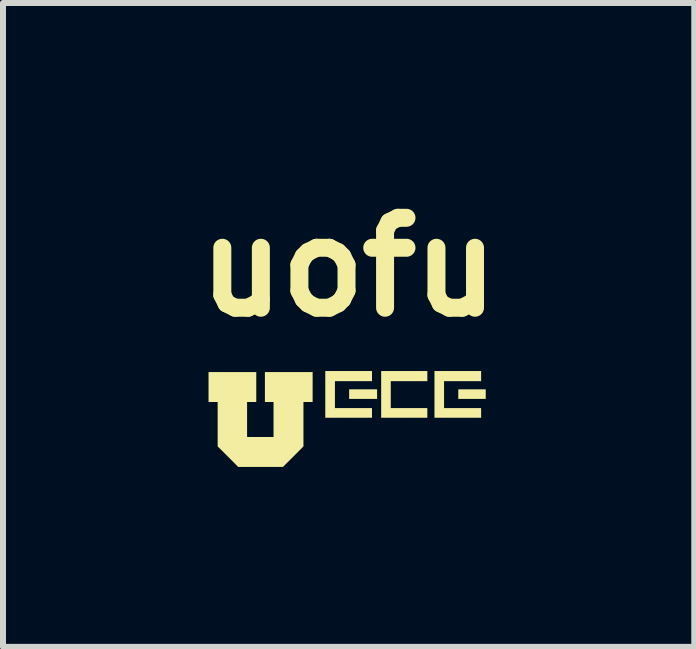
<source format=kicad_pcb>
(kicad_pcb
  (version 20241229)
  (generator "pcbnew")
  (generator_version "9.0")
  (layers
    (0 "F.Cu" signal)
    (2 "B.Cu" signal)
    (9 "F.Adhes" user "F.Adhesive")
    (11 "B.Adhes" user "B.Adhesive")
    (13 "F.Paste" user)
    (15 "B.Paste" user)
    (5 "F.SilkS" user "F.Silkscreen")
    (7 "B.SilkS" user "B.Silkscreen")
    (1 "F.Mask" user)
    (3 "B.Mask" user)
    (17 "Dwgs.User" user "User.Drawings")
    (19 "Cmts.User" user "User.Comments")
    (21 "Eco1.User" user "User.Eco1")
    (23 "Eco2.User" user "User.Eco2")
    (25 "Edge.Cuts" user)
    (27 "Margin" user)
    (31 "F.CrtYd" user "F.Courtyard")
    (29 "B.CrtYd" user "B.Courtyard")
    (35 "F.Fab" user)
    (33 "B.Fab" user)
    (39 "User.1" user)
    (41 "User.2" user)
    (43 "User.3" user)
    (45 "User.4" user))
  (footprint "uofu"
    (layer "F.Cu")
    (at 2.752 3.904)
    (property "Reference" "uofu" (at 0.013 -2.5 0) (layer "F.SilkS") (effects (font (size 1.5 1.5) (thickness 0.3))))
    (attr board_only exclude_from_pos_files exclude_from_bom)
    (fp_poly (pts (xy 0.487 -0.381) (xy 0.487 -0.301) (xy 0.254 -0.301) (xy 0.021 -0.301) (xy 0.021 -0.381) (xy 0.021 -0.461) (xy 0.254 -0.461) (xy 0.487 -0.461)) (stroke (width 0) (type solid)) (fill yes) (layer "F.SilkS"))
    (fp_poly (pts (xy 2.299 -0.381) (xy 2.299 -0.301) (xy 2.07 -0.301) (xy 1.841 -0.301) (xy 1.841 -0.381) (xy 1.841 -0.461) (xy 2.07 -0.461) (xy 2.299 -0.461)) (stroke (width 0) (type solid)) (fill yes) (layer "F.SilkS"))
    (fp_poly (pts (xy 0.402 -0.682) (xy 0.402 -0.597) (xy 0.093 -0.597) (xy -0.216 -0.597) (xy -0.216 -0.373) (xy -0.216 -0.148) (xy 0.093 -0.148) (xy 0.402 -0.148) (xy 0.402 -0.068) (xy 0.402 0.013) (xy 0.013 0.013) (xy -0.377 0.013) (xy -0.377 -0.377) (xy -0.377 -0.766) (xy 0.013 -0.766) (xy 0.402 -0.766)) (stroke (width 0) (type solid)) (fill yes) (layer "F.SilkS"))
    (fp_poly (pts (xy 1.325 -0.682) (xy 1.325 -0.597) (xy 1.02 -0.597) (xy 0.715 -0.597) (xy 0.715 -0.373) (xy 0.715 -0.148) (xy 1.02 -0.148) (xy 1.325 -0.148) (xy 1.325 -0.068) (xy 1.325 0.013) (xy 0.94 0.013) (xy 0.555 0.013) (xy 0.555 -0.377) (xy 0.555 -0.766) (xy 0.94 -0.766) (xy 1.325 -0.766)) (stroke (width 0) (type solid)) (fill yes) (layer "F.SilkS"))
    (fp_poly (pts (xy 2.222 -0.682) (xy 2.222 -0.597) (xy 1.913 -0.597) (xy 1.604 -0.597) (xy 1.604 -0.373) (xy 1.604 -0.148) (xy 1.913 -0.148) (xy 2.222 -0.148) (xy 2.222 -0.068) (xy 2.222 0.013) (xy 1.833 0.013) (xy 1.444 0.013) (xy 1.444 -0.377) (xy 1.444 -0.766) (xy 1.833 -0.766) (xy 2.222 -0.766)) (stroke (width 0) (type solid)) (fill yes) (layer "F.SilkS"))
    (fp_poly (pts (xy -1.528 -0.5) (xy -1.528 -0.25) (xy -1.604 -0.25) (xy -1.681 -0.25) (xy -1.681 0.042) (xy -1.681 0.334) (xy -1.461 0.334) (xy -1.24 0.334) (xy -1.24 0.042) (xy -1.24 -0.25) (xy -1.312 -0.25) (xy -1.384 -0.25) (xy -1.384 -0.5) (xy -1.384 -0.749) (xy -0.986 -0.749) (xy -0.588 -0.749) (xy -0.588 -0.5) (xy -0.588 -0.25) (xy -0.665 -0.25) (xy -0.741 -0.25) (xy -0.741 0.121) (xy -0.741 0.491) (xy -0.912 0.663) (xy -1.084 0.834) (xy -1.456 0.834) (xy -1.829 0.834) (xy -2 0.662) (xy -2.172 0.491) (xy -2.172 0.121) (xy -2.172 -0.25) (xy -2.248 -0.25) (xy -2.324 -0.25) (xy -2.324 -0.5) (xy -2.324 -0.749) (xy -1.926 -0.749) (xy -1.528 -0.749)) (stroke (width 0) (type solid)) (fill yes) (layer "F.SilkS")))
  (gr_rect
    (start -3 -3)
    (end 8.529 7.738)
    (stroke (width 0.1) (type default))
    (fill no)
    (layer "Edge.Cuts")))
</source>
